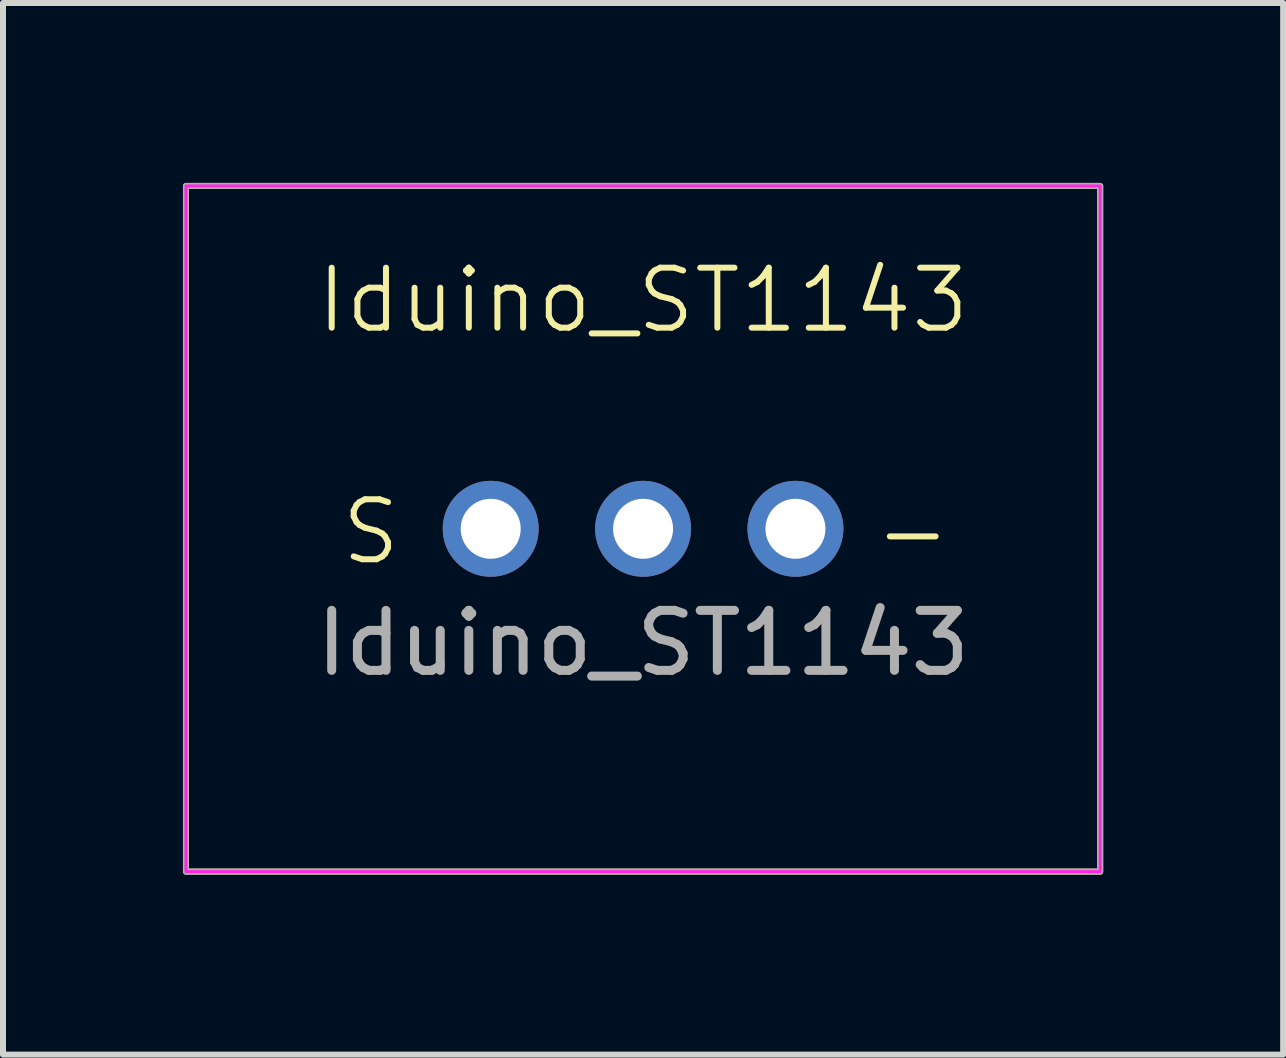
<source format=kicad_pcb>
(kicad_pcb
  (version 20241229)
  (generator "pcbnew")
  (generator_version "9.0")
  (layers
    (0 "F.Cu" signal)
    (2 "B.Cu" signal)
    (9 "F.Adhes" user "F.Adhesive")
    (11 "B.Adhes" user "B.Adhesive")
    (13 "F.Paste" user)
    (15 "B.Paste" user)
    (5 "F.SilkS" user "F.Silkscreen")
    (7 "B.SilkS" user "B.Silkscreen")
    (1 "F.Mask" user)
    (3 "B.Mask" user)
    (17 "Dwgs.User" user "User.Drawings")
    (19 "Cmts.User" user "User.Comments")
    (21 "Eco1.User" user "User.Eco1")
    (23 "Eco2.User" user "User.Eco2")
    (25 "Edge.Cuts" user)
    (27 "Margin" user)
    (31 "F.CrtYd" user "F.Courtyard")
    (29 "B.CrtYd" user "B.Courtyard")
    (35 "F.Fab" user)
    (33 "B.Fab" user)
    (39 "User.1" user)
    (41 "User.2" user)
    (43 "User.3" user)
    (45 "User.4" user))
  (footprint "Iduino_ST1143"
    (layer "F.Cu")
    (at 7.67 5.765)
    (property "Reference" "Iduino_ST1143" (at 0 -3.81 0) (unlocked yes) (layer "F.SilkS") (effects (font (size 1 1) (thickness 0.1))))
    (attr through_hole)
    (fp_rect (start -7.62 -5.715) (end 7.62 5.715) (stroke (width 0.1) (type default)) (fill no) (layer "F.SilkS"))
    (fp_rect (start -7.62 -5.715) (end 7.62 5.715) (stroke (width 0.05) (type default)) (fill no) (layer "F.CrtYd"))
    (fp_rect (start -7.62 -5.715) (end 7.62 5.715) (stroke (width 0.1) (type default)) (fill no) (layer "F.Fab"))
    (fp_text user "-" (at 3.81 0.635 0) (unlocked yes) (layer "F.SilkS") (effects (font (size 1 1) (thickness 0.1)) (justify left bottom)))
    (fp_text user "S" (at -5.08 0.635 0) (unlocked yes) (layer "F.SilkS") (effects (font (size 1 1) (thickness 0.1)) (justify left bottom)))
    (fp_text user "${REFERENCE}" (at 0 1.905 0) (unlocked yes) (layer "F.Fab") (effects (font (size 1 1) (thickness 0.15))))
    (pad "1" thru_hole circle (at -2.54 0) (size 1.6 1.6) (drill 1) (layers "*.Cu" "*.Mask"))
    (pad "2" thru_hole circle (at 0 0) (size 1.6 1.6) (drill 1) (layers "*.Cu" "*.Mask"))
    (pad "3" thru_hole circle (at 2.54 0) (size 1.6 1.6) (drill 1) (layers "*.Cu" "*.Mask")))
  (gr_rect
    (start -3 -3)
    (end 18.34 14.53)
    (stroke (width 0.1) (type default))
    (fill no)
    (layer "Edge.Cuts")))
</source>
